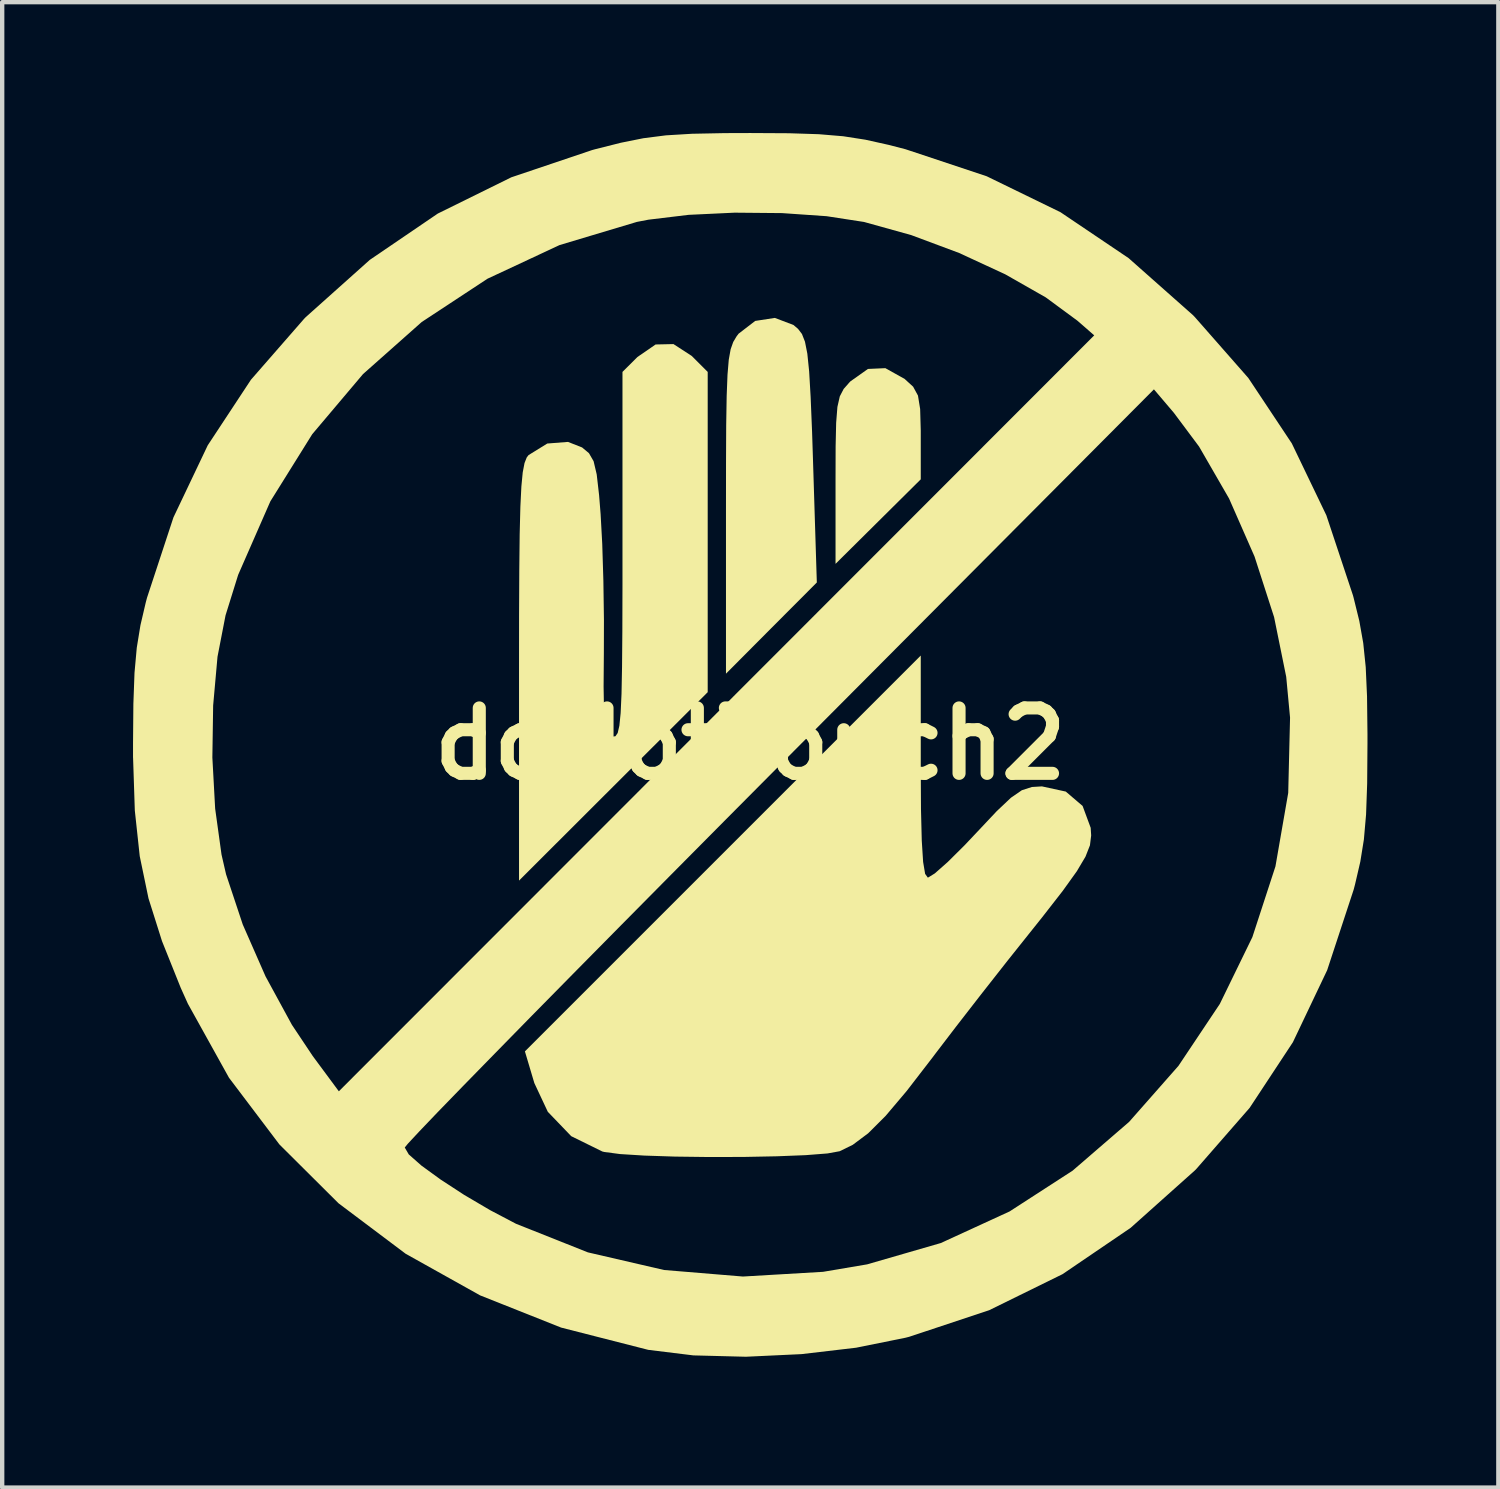
<source format=kicad_pcb>
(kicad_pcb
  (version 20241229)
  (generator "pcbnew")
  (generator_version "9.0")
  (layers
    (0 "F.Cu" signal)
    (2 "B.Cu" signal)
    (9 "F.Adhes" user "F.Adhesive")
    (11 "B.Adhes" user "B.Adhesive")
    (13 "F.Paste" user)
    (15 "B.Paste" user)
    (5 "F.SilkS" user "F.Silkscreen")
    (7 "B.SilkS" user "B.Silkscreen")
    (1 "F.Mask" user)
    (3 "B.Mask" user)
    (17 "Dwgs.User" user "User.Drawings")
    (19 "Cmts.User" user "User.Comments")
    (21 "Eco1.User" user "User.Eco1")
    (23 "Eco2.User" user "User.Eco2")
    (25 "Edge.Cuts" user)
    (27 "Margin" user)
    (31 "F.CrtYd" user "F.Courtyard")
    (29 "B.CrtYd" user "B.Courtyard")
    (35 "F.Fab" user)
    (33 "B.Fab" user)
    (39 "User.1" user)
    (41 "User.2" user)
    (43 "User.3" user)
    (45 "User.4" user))
  (footprint "doNotTouch2"
    (layer "F.Cu")
    (at 14.153 14.003)
    (property "Reference" "doNotTouch2" (at 0 0 0) (layer "F.SilkS") (effects (font (size 1.5 1.5) (thickness 0.3))))
    (attr board_only exclude_from_pos_files exclude_from_bom)
    (fp_poly (pts (xy 3.54 -8.364) (xy 3.54 -8.363) (xy 3.733 -8.187) (xy 3.844 -7.983) (xy 3.894 -7.674) (xy 3.908 -7.18) (xy 3.908 -7.069) (xy 3.908 -6.063) (xy 2.931 -5.094) (xy 1.954 -4.125) (xy 1.954 -6.046) (xy 1.956 -6.816) (xy 1.968 -7.358) (xy 1.997 -7.724) (xy 2.052 -7.966) (xy 2.14 -8.135) (xy 2.269 -8.282) (xy 2.296 -8.31) (xy 2.697 -8.594) (xy 3.096 -8.612)) (stroke (width 0) (type solid)) (fill yes) (layer "F.SilkS"))
    (fp_poly (pts (xy 0.989 -9.602) (xy 1.094 -9.513) (xy 1.184 -9.395) (xy 1.253 -9.219) (xy 1.307 -8.946) (xy 1.349 -8.537) (xy 1.383 -7.952) (xy 1.416 -7.154) (xy 1.438 -6.477) (xy 1.525 -3.698) (xy 0.483 -2.653) (xy -0.558 -1.607) (xy -0.558 -5.32) (xy -0.557 -6.438) (xy -0.553 -7.311) (xy -0.542 -7.974) (xy -0.523 -8.461) (xy -0.494 -8.806) (xy -0.451 -9.045) (xy -0.392 -9.212) (xy -0.315 -9.341) (xy -0.269 -9.402) (xy 0.112 -9.695) (xy 0.563 -9.764)) (stroke (width 0) (type solid)) (fill yes) (layer "F.SilkS"))
    (fp_poly (pts (xy -1.346 -8.894) (xy -1.319 -8.868) (xy -0.977 -8.526) (xy -0.977 -4.854) (xy -0.977 -1.183) (xy -3.14 0.977) (xy -5.303 3.137) (xy -5.303 -1.632) (xy -5.302 -2.932) (xy -5.297 -3.98) (xy -5.288 -4.806) (xy -5.272 -5.436) (xy -5.249 -5.9) (xy -5.218 -6.223) (xy -5.177 -6.436) (xy -5.126 -6.565) (xy -5.084 -6.619) (xy -4.655 -6.884) (xy -4.18 -6.921) (xy -3.857 -6.794) (xy -3.7 -6.663) (xy -3.593 -6.478) (xy -3.522 -6.177) (xy -3.467 -5.698) (xy -3.432 -5.261) (xy -3.395 -4.584) (xy -3.369 -3.74) (xy -3.356 -2.841) (xy -3.358 -2.077) (xy -3.364 -1.312) (xy -3.355 -0.784) (xy -3.327 -0.447) (xy -3.276 -0.26) (xy -3.198 -0.177) (xy -3.156 -0.164) (xy -3.092 -0.173) (xy -3.041 -0.247) (xy -3.002 -0.415) (xy -2.973 -0.704) (xy -2.953 -1.144) (xy -2.941 -1.763) (xy -2.934 -2.589) (xy -2.931 -3.651) (xy -2.931 -4.322) (xy -2.931 -8.526) (xy -2.588 -8.868) (xy -2.171 -9.155) (xy -1.762 -9.164)) (stroke (width 0) (type solid)) (fill yes) (layer "F.SilkS"))
    (fp_poly (pts (xy 3.908 0.524) (xy 3.913 1.5) (xy 3.931 2.221) (xy 3.962 2.708) (xy 4.008 2.983) (xy 4.071 3.07) (xy 4.071 3.07) (xy 4.229 2.973) (xy 4.525 2.712) (xy 4.911 2.329) (xy 5.199 2.024) (xy 5.652 1.543) (xy 5.976 1.237) (xy 6.226 1.065) (xy 6.456 0.991) (xy 6.686 0.977) (xy 7.233 1.096) (xy 7.619 1.426) (xy 7.804 1.927) (xy 7.815 2.102) (xy 7.787 2.328) (xy 7.685 2.588) (xy 7.486 2.923) (xy 7.163 3.373) (xy 6.691 3.979) (xy 6.469 4.257) (xy 5.898 4.973) (xy 5.294 5.742) (xy 4.722 6.479) (xy 4.248 7.099) (xy 4.182 7.187) (xy 3.585 7.961) (xy 3.103 8.531) (xy 2.702 8.931) (xy 2.349 9.195) (xy 2.049 9.342) (xy 1.769 9.393) (xy 1.269 9.432) (xy 0.61 9.458) (xy -0.149 9.473) (xy -0.948 9.475) (xy -1.727 9.465) (xy -2.427 9.442) (xy -2.987 9.407) (xy -3.349 9.359) (xy -3.393 9.348) (xy -4.106 8.997) (xy -4.643 8.438) (xy -4.952 7.779) (xy -5.168 7.053) (xy -0.63 2.515) (xy 3.908 -2.023)) (stroke (width 0) (type solid)) (fill yes) (layer "F.SilkS"))
    (fp_poly (pts (xy 0.887 -13.998) (xy 1.571 -13.976) (xy 2.13 -13.929) (xy 2.638 -13.85) (xy 3.173 -13.731) (xy 3.559 -13.631) (xy 5.419 -13.012) (xy 7.111 -12.188) (xy 8.673 -11.135) (xy 10.145 -9.831) (xy 10.193 -9.782) (xy 11.418 -8.387) (xy 12.415 -6.887) (xy 13.207 -5.239) (xy 13.817 -3.404) (xy 13.832 -3.349) (xy 13.963 -2.816) (xy 14.053 -2.309) (xy 14.11 -1.757) (xy 14.14 -1.086) (xy 14.15 -0.225) (xy 14.15 0) (xy 14.143 0.913) (xy 14.118 1.62) (xy 14.068 2.193) (xy 13.986 2.703) (xy 13.865 3.225) (xy 13.832 3.349) (xy 13.226 5.191) (xy 12.44 6.843) (xy 11.449 8.347) (xy 10.23 9.744) (xy 10.193 9.782) (xy 8.719 11.099) (xy 7.158 12.161) (xy 5.477 12.987) (xy 3.644 13.596) (xy 3.559 13.618) (xy 2.426 13.847) (xy 1.174 13.994) (xy -0.101 14.054) (xy -1.306 14.023) (xy -2.34 13.896) (xy -4.336 13.386) (xy -6.195 12.647) (xy -7.902 11.693) (xy -9.441 10.536) (xy -10.726 9.257) (xy -7.923 9.257) (xy -7.831 9.415) (xy -7.541 9.671) (xy -7.101 9.991) (xy -6.561 10.343) (xy -5.968 10.692) (xy -5.373 11.005) (xy -3.724 11.661) (xy -1.978 12.065) (xy -0.169 12.215) (xy 1.668 12.107) (xy 2.678 11.936) (xy 4.368 11.447) (xy 5.944 10.723) (xy 7.389 9.788) (xy 8.686 8.668) (xy 9.816 7.385) (xy 10.764 5.966) (xy 11.511 4.433) (xy 12.04 2.812) (xy 12.333 1.126) (xy 12.375 -0.6) (xy 12.287 -1.535) (xy 12.009 -2.904) (xy 11.561 -4.292) (xy 10.977 -5.622) (xy 10.289 -6.814) (xy 9.712 -7.587) (xy 9.254 -8.126) (xy 0.684 0.483) (xy -0.598 1.773) (xy -1.823 3.008) (xy -2.976 4.173) (xy -4.044 5.255) (xy -5.012 6.238) (xy -5.865 7.109) (xy -6.59 7.851) (xy -7.173 8.452) (xy -7.598 8.897) (xy -7.852 9.17) (xy -7.923 9.257) (xy -10.726 9.257) (xy -10.797 9.186) (xy -11.953 7.657) (xy -12.895 5.961) (xy -13.058 5.599) (xy -13.489 4.524) (xy -13.798 3.546) (xy -13.999 2.578) (xy -14.112 1.53) (xy -14.152 0.317) (xy -14.153 0.315) (xy -12.334 0.315) (xy -12.27 1.487) (xy -12.124 2.541) (xy -12.02 2.993) (xy -11.637 4.144) (xy -11.115 5.333) (xy -10.51 6.444) (xy -10.033 7.159) (xy -9.434 7.968) (xy -0.774 -0.698) (xy 7.885 -9.364) (xy 7.501 -9.699) (xy 6.773 -10.235) (xy 5.844 -10.764) (xy 4.79 -11.252) (xy 3.689 -11.663) (xy 2.618 -11.961) (xy 2.601 -11.965) (xy 1.75 -12.096) (xy 0.729 -12.167) (xy -0.36 -12.177) (xy -1.416 -12.127) (xy -2.336 -12.016) (xy -2.601 -11.965) (xy -4.374 -11.434) (xy -6.025 -10.663) (xy -7.534 -9.67) (xy -8.88 -8.476) (xy -10.044 -7.098) (xy -11.005 -5.557) (xy -11.743 -3.872) (xy -12.032 -2.944) (xy -12.216 -1.996) (xy -12.316 -0.878) (xy -12.334 0.315) (xy -14.153 0.315) (xy -14.153 0) (xy -14.145 -0.917) (xy -14.119 -1.627) (xy -14.067 -2.203) (xy -13.983 -2.718) (xy -13.86 -3.244) (xy -13.832 -3.349) (xy -13.226 -5.191) (xy -12.44 -6.843) (xy -11.449 -8.347) (xy -10.23 -9.744) (xy -10.193 -9.782) (xy -8.724 -11.095) (xy -7.166 -12.156) (xy -5.479 -12.988) (xy -3.625 -13.613) (xy -3.559 -13.631) (xy -2.968 -13.78) (xy -2.451 -13.884) (xy -1.933 -13.95) (xy -1.338 -13.986) (xy -0.587 -14.001) (xy 0 -14.003)) (stroke (width 0) (type solid)) (fill yes) (layer "F.SilkS")))
  (gr_rect
    (start -3 -3)
    (end 31.304 31.057)
    (stroke (width 0.1) (type default))
    (fill no)
    (layer "Edge.Cuts")))
</source>
